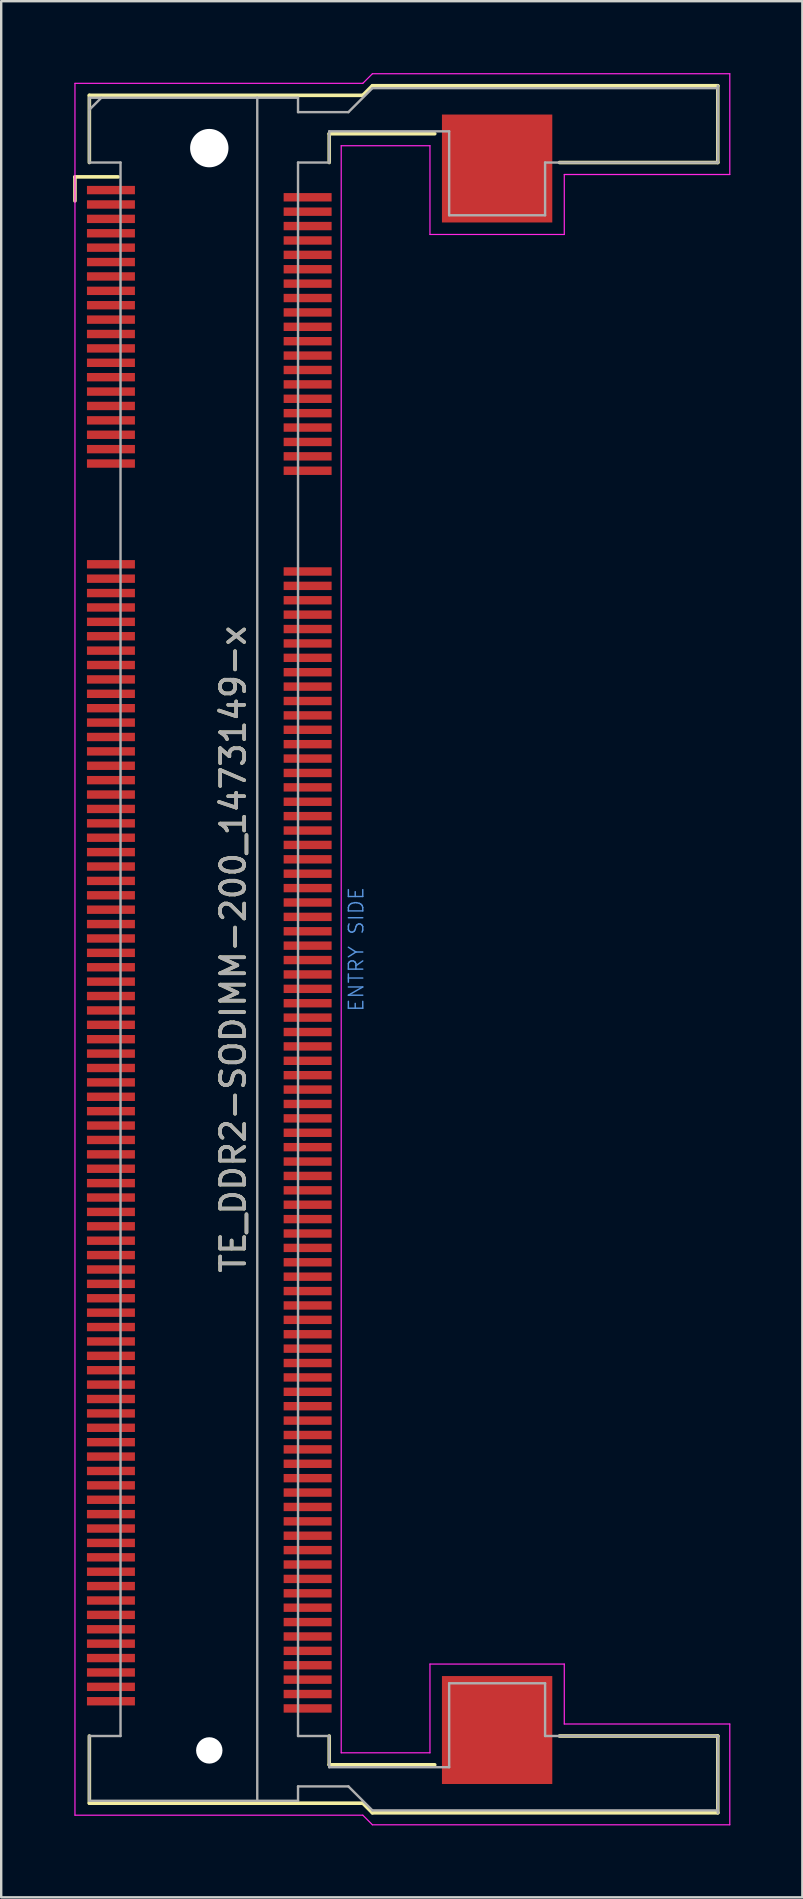
<source format=kicad_pcb>
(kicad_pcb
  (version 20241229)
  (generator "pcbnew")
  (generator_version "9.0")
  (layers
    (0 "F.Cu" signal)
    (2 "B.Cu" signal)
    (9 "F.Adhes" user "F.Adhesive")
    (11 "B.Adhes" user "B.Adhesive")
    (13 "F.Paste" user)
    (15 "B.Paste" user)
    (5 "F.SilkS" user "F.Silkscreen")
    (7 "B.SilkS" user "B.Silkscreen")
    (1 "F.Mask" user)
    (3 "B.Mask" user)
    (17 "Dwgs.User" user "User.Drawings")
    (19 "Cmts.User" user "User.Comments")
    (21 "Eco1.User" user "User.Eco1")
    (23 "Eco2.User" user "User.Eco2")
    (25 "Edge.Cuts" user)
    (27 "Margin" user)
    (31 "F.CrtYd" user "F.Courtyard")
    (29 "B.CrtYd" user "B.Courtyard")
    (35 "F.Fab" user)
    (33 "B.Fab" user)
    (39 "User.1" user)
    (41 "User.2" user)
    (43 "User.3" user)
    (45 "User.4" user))
  (footprint "TE_DDR2-SODIMM-200_1473149-x"
    (layer "F.Cu")
    (at 10.275 36.525)
    (property "Reference" "TE_DDR2-SODIMM-200_1473149-x" (at -3.6 0 90) (layer "F.SilkS") (effects (font (size 1 1) (thickness 0.15))))
    (attr smd)
    (fp_line (start -10.2 -32.2) (end -8.4 -32.2) (stroke (width 0.15) (type solid)) (layer "F.SilkS"))
    (fp_line (start -10.2 -31.2) (end -10.2 -32.2) (stroke (width 0.15) (type solid)) (layer "F.SilkS"))
    (fp_line (start -9.6 -35.6) (end 1.8 -35.6) (stroke (width 0.15) (type solid)) (layer "F.SilkS"))
    (fp_line (start -9.6 -32.8) (end -9.6 -35.6) (stroke (width 0.15) (type solid)) (layer "F.SilkS"))
    (fp_line (start -9.6 32.8) (end -9.6 35.6) (stroke (width 0.15) (type solid)) (layer "F.SilkS"))
    (fp_line (start -9.6 35.6) (end 1.8 35.6) (stroke (width 0.15) (type solid)) (layer "F.SilkS"))
    (fp_line (start 0.4 -34) (end 4.8 -34) (stroke (width 0.15) (type solid)) (layer "F.SilkS"))
    (fp_line (start 0.4 -32.8) (end 0.4 -34) (stroke (width 0.15) (type solid)) (layer "F.SilkS"))
    (fp_line (start 0.4 34) (end 0.4 32.8) (stroke (width 0.15) (type solid)) (layer "F.SilkS"))
    (fp_line (start 1.8 -35.6) (end 2.2 -36) (stroke (width 0.15) (type solid)) (layer "F.SilkS"))
    (fp_line (start 1.8 35.6) (end 2.2 36) (stroke (width 0.15) (type solid)) (layer "F.SilkS"))
    (fp_line (start 2.2 -36) (end 16.6 -36) (stroke (width 0.15) (type solid)) (layer "F.SilkS"))
    (fp_line (start 2.2 36) (end 16.6 36) (stroke (width 0.15) (type solid)) (layer "F.SilkS"))
    (fp_line (start 4.8 34) (end 0.4 34) (stroke (width 0.15) (type solid)) (layer "F.SilkS"))
    (fp_line (start 10 -32.8) (end 16.6 -32.8) (stroke (width 0.15) (type solid)) (layer "F.SilkS"))
    (fp_line (start 10 32.8) (end 16.6 32.8) (stroke (width 0.15) (type solid)) (layer "F.SilkS"))
    (fp_line (start 16.6 -36) (end 16.6 -32.8) (stroke (width 0.15) (type solid)) (layer "F.SilkS"))
    (fp_line (start 16.6 36) (end 16.6 32.8) (stroke (width 0.15) (type solid)) (layer "F.SilkS"))
    (fp_line (start -10.2 -36.1) (end -10.2 36.1) (stroke (width 0.05) (type solid)) (layer "F.CrtYd"))
    (fp_line (start -10.2 -36.1) (end 1.8 -36.1) (stroke (width 0.05) (type solid)) (layer "F.CrtYd"))
    (fp_line (start -10.2 36.1) (end 1.8 36.1) (stroke (width 0.05) (type solid)) (layer "F.CrtYd"))
    (fp_line (start 0.9 -33.5) (end 0.9 33.5) (stroke (width 0.05) (type solid)) (layer "F.CrtYd"))
    (fp_line (start 1.8 36.1) (end 2.2 36.5) (stroke (width 0.05) (type solid)) (layer "F.CrtYd"))
    (fp_line (start 2.2 -36.5) (end 1.8 -36.1) (stroke (width 0.05) (type solid)) (layer "F.CrtYd"))
    (fp_line (start 2.2 36.5) (end 17.1 36.5) (stroke (width 0.05) (type solid)) (layer "F.CrtYd"))
    (fp_line (start 4.6 -33.5) (end 0.9 -33.5) (stroke (width 0.05) (type solid)) (layer "F.CrtYd"))
    (fp_line (start 4.6 -29.8) (end 4.6 -33.5) (stroke (width 0.05) (type solid)) (layer "F.CrtYd"))
    (fp_line (start 4.6 29.8) (end 4.6 33.5) (stroke (width 0.05) (type solid)) (layer "F.CrtYd"))
    (fp_line (start 4.6 33.5) (end 0.9 33.5) (stroke (width 0.05) (type solid)) (layer "F.CrtYd"))
    (fp_line (start 10.2 -29.8) (end 4.6 -29.8) (stroke (width 0.05) (type solid)) (layer "F.CrtYd"))
    (fp_line (start 10.2 -29.8) (end 10.2 -32.3) (stroke (width 0.05) (type solid)) (layer "F.CrtYd"))
    (fp_line (start 10.2 29.8) (end 4.6 29.8) (stroke (width 0.05) (type solid)) (layer "F.CrtYd"))
    (fp_line (start 10.2 29.8) (end 10.2 32.3) (stroke (width 0.05) (type solid)) (layer "F.CrtYd"))
    (fp_line (start 17.1 -36.5) (end 2.2 -36.5) (stroke (width 0.05) (type solid)) (layer "F.CrtYd"))
    (fp_line (start 17.1 -32.3) (end 10.2 -32.3) (stroke (width 0.05) (type solid)) (layer "F.CrtYd"))
    (fp_line (start 17.1 -32.3) (end 17.1 -36.5) (stroke (width 0.05) (type solid)) (layer "F.CrtYd"))
    (fp_line (start 17.1 32.3) (end 10.2 32.3) (stroke (width 0.05) (type solid)) (layer "F.CrtYd"))
    (fp_line (start 17.1 32.3) (end 17.1 36.5) (stroke (width 0.05) (type solid)) (layer "F.CrtYd"))
    (fp_line (start -9.6 -35.5) (end -9.6 -32.8) (stroke (width 0.1) (type solid)) (layer "F.Fab"))
    (fp_line (start -9.6 -35.5) (end -2.6 -35.5) (stroke (width 0.1) (type solid)) (layer "F.Fab"))
    (fp_line (start -9.6 -35) (end -9.1 -35.5) (stroke (width 0.1) (type solid)) (layer "F.Fab"))
    (fp_line (start -9.6 -32.8) (end -8.3 -32.8) (stroke (width 0.1) (type solid)) (layer "F.Fab"))
    (fp_line (start -9.6 32.8) (end -8.3 32.8) (stroke (width 0.1) (type solid)) (layer "F.Fab"))
    (fp_line (start -9.6 35.5) (end -9.6 32.8) (stroke (width 0.1) (type solid)) (layer "F.Fab"))
    (fp_line (start -8.3 32.8) (end -8.3 -32.8) (stroke (width 0.1) (type solid)) (layer "F.Fab"))
    (fp_line (start -2.6 -35.5) (end -2.6 35.5) (stroke (width 0.1) (type solid)) (layer "F.Fab"))
    (fp_line (start -2.6 35.5) (end -9.6 35.5) (stroke (width 0.1) (type solid)) (layer "F.Fab"))
    (fp_line (start -0.9 -35.5) (end -2.6 -35.5) (stroke (width 0.1) (type solid)) (layer "F.Fab"))
    (fp_line (start -0.9 -35.5) (end -0.9 -34.9) (stroke (width 0.1) (type solid)) (layer "F.Fab"))
    (fp_line (start -0.9 -32.8) (end -0.9 32.8) (stroke (width 0.1) (type solid)) (layer "F.Fab"))
    (fp_line (start -0.9 -32.8) (end 0.4 -32.8) (stroke (width 0.1) (type solid)) (layer "F.Fab"))
    (fp_line (start -0.9 34.9) (end -0.9 35.5) (stroke (width 0.1) (type solid)) (layer "F.Fab"))
    (fp_line (start -0.9 34.9) (end 1.2 34.9) (stroke (width 0.1) (type solid)) (layer "F.Fab"))
    (fp_line (start -0.9 35.5) (end -2.6 35.5) (stroke (width 0.1) (type solid)) (layer "F.Fab"))
    (fp_line (start 0.4 -34.1) (end 5.4 -34.1) (stroke (width 0.1) (type solid)) (layer "F.Fab"))
    (fp_line (start 0.4 -32.8) (end 0.4 -34.1) (stroke (width 0.1) (type solid)) (layer "F.Fab"))
    (fp_line (start 0.4 32.8) (end -0.9 32.8) (stroke (width 0.1) (type solid)) (layer "F.Fab"))
    (fp_line (start 0.4 34.1) (end 0.4 32.8) (stroke (width 0.1) (type solid)) (layer "F.Fab"))
    (fp_line (start 0.4 34.1) (end 5.4 34.1) (stroke (width 0.1) (type solid)) (layer "F.Fab"))
    (fp_line (start 1.2 -34.9) (end -0.9 -34.9) (stroke (width 0.1) (type solid)) (layer "F.Fab"))
    (fp_line (start 1.2 -34.9) (end 2.2 -35.9) (stroke (width 0.1) (type solid)) (layer "F.Fab"))
    (fp_line (start 1.2 34.9) (end 2.2 35.9) (stroke (width 0.1) (type solid)) (layer "F.Fab"))
    (fp_line (start 2.2 -35.9) (end 16.6 -35.9) (stroke (width 0.1) (type solid)) (layer "F.Fab"))
    (fp_line (start 5.4 -34.1) (end 5.4 -30.6) (stroke (width 0.1) (type solid)) (layer "F.Fab"))
    (fp_line (start 5.4 -30.6) (end 9.4 -30.6) (stroke (width 0.1) (type solid)) (layer "F.Fab"))
    (fp_line (start 5.4 30.6) (end 9.4 30.6) (stroke (width 0.1) (type solid)) (layer "F.Fab"))
    (fp_line (start 5.4 34.1) (end 5.4 30.6) (stroke (width 0.1) (type solid)) (layer "F.Fab"))
    (fp_line (start 9.4 -32.8) (end 16.6 -32.8) (stroke (width 0.1) (type solid)) (layer "F.Fab"))
    (fp_line (start 9.4 -30.6) (end 9.4 -32.8) (stroke (width 0.1) (type solid)) (layer "F.Fab"))
    (fp_line (start 9.4 30.6) (end 9.4 32.8) (stroke (width 0.1) (type solid)) (layer "F.Fab"))
    (fp_line (start 9.4 32.8) (end 16.6 32.8) (stroke (width 0.1) (type solid)) (layer "F.Fab"))
    (fp_line (start 16.6 -32.8) (end 16.6 -36) (stroke (width 0.1) (type solid)) (layer "F.Fab"))
    (fp_line (start 16.6 35.9) (end 2.2 35.9) (stroke (width 0.1) (type solid)) (layer "F.Fab"))
    (fp_line (start 16.6 36) (end 16.6 32.8) (stroke (width 0.1) (type solid)) (layer "F.Fab"))
    (fp_text user "ENTRY SIDE" (at 1.524 0 90) (layer "Cmts.User") (effects (font (size 0.6 0.6) (thickness 0.06))))
    (fp_text user "${REFERENCE}" (at -3.6 0 90) (layer "F.Fab") (effects (font (size 1 1) (thickness 0.15))))
    (pad "" np_thru_hole circle (at -4.6 -33.4) (size 1.6 1.6) (drill 1.6) (layers "*.Cu"))
    (pad "" np_thru_hole circle (at -4.6 33.4) (size 1.1 1.1) (drill 1.1) (layers "*.Cu"))
    (pad "1" smd rect (at -8.7 -31.65) (size 2 0.35) (layers "F.Cu" "F.Mask" "F.Paste"))
    (pad "2" smd rect (at -0.5 -31.35) (size 2 0.35) (layers "F.Cu" "F.Mask" "F.Paste"))
    (pad "3" smd rect (at -8.7 -31.05) (size 2 0.35) (layers "F.Cu" "F.Mask" "F.Paste"))
    (pad "4" smd rect (at -0.5 -30.75) (size 2 0.35) (layers "F.Cu" "F.Mask" "F.Paste"))
    (pad "5" smd rect (at -8.7 -30.45) (size 2 0.35) (layers "F.Cu" "F.Mask" "F.Paste"))
    (pad "6" smd rect (at -0.5 -30.15) (size 2 0.35) (layers "F.Cu" "F.Mask" "F.Paste"))
    (pad "7" smd rect (at -8.7 -29.85) (size 2 0.35) (layers "F.Cu" "F.Mask" "F.Paste"))
    (pad "8" smd rect (at -0.5 -29.55) (size 2 0.35) (layers "F.Cu" "F.Mask" "F.Paste"))
    (pad "9" smd rect (at -8.7 -29.25) (size 2 0.35) (layers "F.Cu" "F.Mask" "F.Paste"))
    (pad "10" smd rect (at -0.5 -28.95) (size 2 0.35) (layers "F.Cu" "F.Mask" "F.Paste"))
    (pad "11" smd rect (at -8.7 -28.65) (size 2 0.35) (layers "F.Cu" "F.Mask" "F.Paste"))
    (pad "12" smd rect (at -0.5 -28.35) (size 2 0.35) (layers "F.Cu" "F.Mask" "F.Paste"))
    (pad "13" smd rect (at -8.7 -28.05) (size 2 0.35) (layers "F.Cu" "F.Mask" "F.Paste"))
    (pad "14" smd rect (at -0.5 -27.75) (size 2 0.35) (layers "F.Cu" "F.Mask" "F.Paste"))
    (pad "15" smd rect (at -8.7 -27.45) (size 2 0.35) (layers "F.Cu" "F.Mask" "F.Paste"))
    (pad "16" smd rect (at -0.5 -27.15) (size 2 0.35) (layers "F.Cu" "F.Mask" "F.Paste"))
    (pad "17" smd rect (at -8.7 -26.85) (size 2 0.35) (layers "F.Cu" "F.Mask" "F.Paste"))
    (pad "18" smd rect (at -0.5 -26.55) (size 2 0.35) (layers "F.Cu" "F.Mask" "F.Paste"))
    (pad "19" smd rect (at -8.7 -26.25) (size 2 0.35) (layers "F.Cu" "F.Mask" "F.Paste"))
    (pad "20" smd rect (at -0.5 -25.95) (size 2 0.35) (layers "F.Cu" "F.Mask" "F.Paste"))
    (pad "21" smd rect (at -8.7 -25.65) (size 2 0.35) (layers "F.Cu" "F.Mask" "F.Paste"))
    (pad "22" smd rect (at -0.5 -25.35) (size 2 0.35) (layers "F.Cu" "F.Mask" "F.Paste"))
    (pad "23" smd rect (at -8.7 -25.05) (size 2 0.35) (layers "F.Cu" "F.Mask" "F.Paste"))
    (pad "24" smd rect (at -0.5 -24.75) (size 2 0.35) (layers "F.Cu" "F.Mask" "F.Paste"))
    (pad "25" smd rect (at -8.7 -24.45) (size 2 0.35) (layers "F.Cu" "F.Mask" "F.Paste"))
    (pad "26" smd rect (at -0.5 -24.15) (size 2 0.35) (layers "F.Cu" "F.Mask" "F.Paste"))
    (pad "27" smd rect (at -8.7 -23.85) (size 2 0.35) (layers "F.Cu" "F.Mask" "F.Paste"))
    (pad "28" smd rect (at -0.5 -23.55) (size 2 0.35) (layers "F.Cu" "F.Mask" "F.Paste"))
    (pad "29" smd rect (at -8.7 -23.25) (size 2 0.35) (layers "F.Cu" "F.Mask" "F.Paste"))
    (pad "30" smd rect (at -0.5 -22.95) (size 2 0.35) (layers "F.Cu" "F.Mask" "F.Paste"))
    (pad "31" smd rect (at -8.7 -22.65) (size 2 0.35) (layers "F.Cu" "F.Mask" "F.Paste"))
    (pad "32" smd rect (at -0.5 -22.35) (size 2 0.35) (layers "F.Cu" "F.Mask" "F.Paste"))
    (pad "33" smd rect (at -8.7 -22.05) (size 2 0.35) (layers "F.Cu" "F.Mask" "F.Paste"))
    (pad "34" smd rect (at -0.5 -21.75) (size 2 0.35) (layers "F.Cu" "F.Mask" "F.Paste"))
    (pad "35" smd rect (at -8.7 -21.45) (size 2 0.35) (layers "F.Cu" "F.Mask" "F.Paste"))
    (pad "36" smd rect (at -0.5 -21.15) (size 2 0.35) (layers "F.Cu" "F.Mask" "F.Paste"))
    (pad "37" smd rect (at -8.7 -20.85) (size 2 0.35) (layers "F.Cu" "F.Mask" "F.Paste"))
    (pad "38" smd rect (at -0.5 -20.55) (size 2 0.35) (layers "F.Cu" "F.Mask" "F.Paste"))
    (pad "39" smd rect (at -8.7 -20.25) (size 2 0.35) (layers "F.Cu" "F.Mask" "F.Paste"))
    (pad "40" smd rect (at -0.5 -19.95) (size 2 0.35) (layers "F.Cu" "F.Mask" "F.Paste"))
    (pad "41" smd rect (at -8.7 -16.05) (size 2 0.35) (layers "F.Cu" "F.Mask" "F.Paste"))
    (pad "42" smd rect (at -0.5 -15.75) (size 2 0.35) (layers "F.Cu" "F.Mask" "F.Paste"))
    (pad "43" smd rect (at -8.7 -15.45) (size 2 0.35) (layers "F.Cu" "F.Mask" "F.Paste"))
    (pad "44" smd rect (at -0.5 -15.15) (size 2 0.35) (layers "F.Cu" "F.Mask" "F.Paste"))
    (pad "45" smd rect (at -8.7 -14.85) (size 2 0.35) (layers "F.Cu" "F.Mask" "F.Paste"))
    (pad "46" smd rect (at -0.5 -14.55) (size 2 0.35) (layers "F.Cu" "F.Mask" "F.Paste"))
    (pad "47" smd rect (at -8.7 -14.25) (size 2 0.35) (layers "F.Cu" "F.Mask" "F.Paste"))
    (pad "48" smd rect (at -0.5 -13.95) (size 2 0.35) (layers "F.Cu" "F.Mask" "F.Paste"))
    (pad "49" smd rect (at -8.7 -13.65) (size 2 0.35) (layers "F.Cu" "F.Mask" "F.Paste"))
    (pad "50" smd rect (at -0.5 -13.35) (size 2 0.35) (layers "F.Cu" "F.Mask" "F.Paste"))
    (pad "51" smd rect (at -8.7 -13.05) (size 2 0.35) (layers "F.Cu" "F.Mask" "F.Paste"))
    (pad "52" smd rect (at -0.5 -12.75) (size 2 0.35) (layers "F.Cu" "F.Mask" "F.Paste"))
    (pad "53" smd rect (at -8.7 -12.45) (size 2 0.35) (layers "F.Cu" "F.Mask" "F.Paste"))
    (pad "54" smd rect (at -0.5 -12.15) (size 2 0.35) (layers "F.Cu" "F.Mask" "F.Paste"))
    (pad "55" smd rect (at -8.7 -11.85) (size 2 0.35) (layers "F.Cu" "F.Mask" "F.Paste"))
    (pad "56" smd rect (at -0.5 -11.55) (size 2 0.35) (layers "F.Cu" "F.Mask" "F.Paste"))
    (pad "57" smd rect (at -8.7 -11.25) (size 2 0.35) (layers "F.Cu" "F.Mask" "F.Paste"))
    (pad "58" smd rect (at -0.5 -10.95) (size 2 0.35) (layers "F.Cu" "F.Mask" "F.Paste"))
    (pad "59" smd rect (at -8.7 -10.65) (size 2 0.35) (layers "F.Cu" "F.Mask" "F.Paste"))
    (pad "60" smd rect (at -0.5 -10.35) (size 2 0.35) (layers "F.Cu" "F.Mask" "F.Paste"))
    (pad "61" smd rect (at -8.7 -10.05) (size 2 0.35) (layers "F.Cu" "F.Mask" "F.Paste"))
    (pad "62" smd rect (at -0.5 -9.75) (size 2 0.35) (layers "F.Cu" "F.Mask" "F.Paste"))
    (pad "63" smd rect (at -8.7 -9.45) (size 2 0.35) (layers "F.Cu" "F.Mask" "F.Paste"))
    (pad "64" smd rect (at -0.5 -9.15) (size 2 0.35) (layers "F.Cu" "F.Mask" "F.Paste"))
    (pad "65" smd rect (at -8.7 -8.85) (size 2 0.35) (layers "F.Cu" "F.Mask" "F.Paste"))
    (pad "66" smd rect (at -0.5 -8.55) (size 2 0.35) (layers "F.Cu" "F.Mask" "F.Paste"))
    (pad "67" smd rect (at -8.7 -8.25) (size 2 0.35) (layers "F.Cu" "F.Mask" "F.Paste"))
    (pad "68" smd rect (at -0.5 -7.95) (size 2 0.35) (layers "F.Cu" "F.Mask" "F.Paste"))
    (pad "69" smd rect (at -8.7 -7.65) (size 2 0.35) (layers "F.Cu" "F.Mask" "F.Paste"))
    (pad "70" smd rect (at -0.5 -7.35) (size 2 0.35) (layers "F.Cu" "F.Mask" "F.Paste"))
    (pad "71" smd rect (at -8.7 -7.05) (size 2 0.35) (layers "F.Cu" "F.Mask" "F.Paste"))
    (pad "72" smd rect (at -0.5 -6.75) (size 2 0.35) (layers "F.Cu" "F.Mask" "F.Paste"))
    (pad "73" smd rect (at -8.7 -6.45) (size 2 0.35) (layers "F.Cu" "F.Mask" "F.Paste"))
    (pad "74" smd rect (at -0.5 -6.15) (size 2 0.35) (layers "F.Cu" "F.Mask" "F.Paste"))
    (pad "75" smd rect (at -8.7 -5.85) (size 2 0.35) (layers "F.Cu" "F.Mask" "F.Paste"))
    (pad "76" smd rect (at -0.5 -5.55) (size 2 0.35) (layers "F.Cu" "F.Mask" "F.Paste"))
    (pad "77" smd rect (at -8.7 -5.25) (size 2 0.35) (layers "F.Cu" "F.Mask" "F.Paste"))
    (pad "78" smd rect (at -0.5 -4.95) (size 2 0.35) (layers "F.Cu" "F.Mask" "F.Paste"))
    (pad "79" smd rect (at -8.7 -4.65) (size 2 0.35) (layers "F.Cu" "F.Mask" "F.Paste"))
    (pad "80" smd rect (at -0.5 -4.35) (size 2 0.35) (layers "F.Cu" "F.Mask" "F.Paste"))
    (pad "81" smd rect (at -8.7 -4.05) (size 2 0.35) (layers "F.Cu" "F.Mask" "F.Paste"))
    (pad "82" smd rect (at -0.5 -3.75) (size 2 0.35) (layers "F.Cu" "F.Mask" "F.Paste"))
    (pad "83" smd rect (at -8.7 -3.45) (size 2 0.35) (layers "F.Cu" "F.Mask" "F.Paste"))
    (pad "84" smd rect (at -0.5 -3.15) (size 2 0.35) (layers "F.Cu" "F.Mask" "F.Paste"))
    (pad "85" smd rect (at -8.7 -2.85) (size 2 0.35) (layers "F.Cu" "F.Mask" "F.Paste"))
    (pad "86" smd rect (at -0.5 -2.55) (size 2 0.35) (layers "F.Cu" "F.Mask" "F.Paste"))
    (pad "87" smd rect (at -8.7 -2.25) (size 2 0.35) (layers "F.Cu" "F.Mask" "F.Paste"))
    (pad "88" smd rect (at -0.5 -1.95) (size 2 0.35) (layers "F.Cu" "F.Mask" "F.Paste"))
    (pad "89" smd rect (at -8.7 -1.65) (size 2 0.35) (layers "F.Cu" "F.Mask" "F.Paste"))
    (pad "90" smd rect (at -0.5 -1.35) (size 2 0.35) (layers "F.Cu" "F.Mask" "F.Paste"))
    (pad "91" smd rect (at -8.7 -1.05) (size 2 0.35) (layers "F.Cu" "F.Mask" "F.Paste"))
    (pad "92" smd rect (at -0.5 -0.75) (size 2 0.35) (layers "F.Cu" "F.Mask" "F.Paste"))
    (pad "93" smd rect (at -8.7 -0.45) (size 2 0.35) (layers "F.Cu" "F.Mask" "F.Paste"))
    (pad "94" smd rect (at -0.5 -0.15) (size 2 0.35) (layers "F.Cu" "F.Mask" "F.Paste"))
    (pad "95" smd rect (at -8.7 0.15) (size 2 0.35) (layers "F.Cu" "F.Mask" "F.Paste"))
    (pad "96" smd rect (at -0.5 0.45) (size 2 0.35) (layers "F.Cu" "F.Mask" "F.Paste"))
    (pad "97" smd rect (at -8.7 0.75) (size 2 0.35) (layers "F.Cu" "F.Mask" "F.Paste"))
    (pad "98" smd rect (at -0.5 1.05) (size 2 0.35) (layers "F.Cu" "F.Mask" "F.Paste"))
    (pad "99" smd rect (at -8.7 1.35) (size 2 0.35) (layers "F.Cu" "F.Mask" "F.Paste"))
    (pad "100" smd rect (at -0.5 1.65) (size 2 0.35) (layers "F.Cu" "F.Mask" "F.Paste"))
    (pad "101" smd rect (at -8.7 1.95) (size 2 0.35) (layers "F.Cu" "F.Mask" "F.Paste"))
    (pad "102" smd rect (at -0.5 2.25) (size 2 0.35) (layers "F.Cu" "F.Mask" "F.Paste"))
    (pad "103" smd rect (at -8.7 2.55) (size 2 0.35) (layers "F.Cu" "F.Mask" "F.Paste"))
    (pad "104" smd rect (at -0.5 2.85) (size 2 0.35) (layers "F.Cu" "F.Mask" "F.Paste"))
    (pad "105" smd rect (at -8.7 3.15) (size 2 0.35) (layers "F.Cu" "F.Mask" "F.Paste"))
    (pad "106" smd rect (at -0.5 3.45) (size 2 0.35) (layers "F.Cu" "F.Mask" "F.Paste"))
    (pad "107" smd rect (at -8.7 3.75) (size 2 0.35) (layers "F.Cu" "F.Mask" "F.Paste"))
    (pad "108" smd rect (at -0.5 4.05) (size 2 0.35) (layers "F.Cu" "F.Mask" "F.Paste"))
    (pad "109" smd rect (at -8.7 4.35) (size 2 0.35) (layers "F.Cu" "F.Mask" "F.Paste"))
    (pad "110" smd rect (at -0.5 4.65) (size 2 0.35) (layers "F.Cu" "F.Mask" "F.Paste"))
    (pad "111" smd rect (at -8.7 4.95) (size 2 0.35) (layers "F.Cu" "F.Mask" "F.Paste"))
    (pad "112" smd rect (at -0.5 5.25) (size 2 0.35) (layers "F.Cu" "F.Mask" "F.Paste"))
    (pad "113" smd rect (at -8.7 5.55) (size 2 0.35) (layers "F.Cu" "F.Mask" "F.Paste"))
    (pad "114" smd rect (at -0.5 5.85) (size 2 0.35) (layers "F.Cu" "F.Mask" "F.Paste"))
    (pad "115" smd rect (at -8.7 6.15) (size 2 0.35) (layers "F.Cu" "F.Mask" "F.Paste"))
    (pad "116" smd rect (at -0.5 6.45) (size 2 0.35) (layers "F.Cu" "F.Mask" "F.Paste"))
    (pad "117" smd rect (at -8.7 6.75) (size 2 0.35) (layers "F.Cu" "F.Mask" "F.Paste"))
    (pad "118" smd rect (at -0.5 7.05) (size 2 0.35) (layers "F.Cu" "F.Mask" "F.Paste"))
    (pad "119" smd rect (at -8.7 7.35) (size 2 0.35) (layers "F.Cu" "F.Mask" "F.Paste"))
    (pad "120" smd rect (at -0.5 7.65) (size 2 0.35) (layers "F.Cu" "F.Mask" "F.Paste"))
    (pad "121" smd rect (at -8.7 7.95) (size 2 0.35) (layers "F.Cu" "F.Mask" "F.Paste"))
    (pad "122" smd rect (at -0.5 8.25) (size 2 0.35) (layers "F.Cu" "F.Mask" "F.Paste"))
    (pad "123" smd rect (at -8.7 8.55) (size 2 0.35) (layers "F.Cu" "F.Mask" "F.Paste"))
    (pad "124" smd rect (at -0.5 8.85) (size 2 0.35) (layers "F.Cu" "F.Mask" "F.Paste"))
    (pad "125" smd rect (at -8.7 9.15) (size 2 0.35) (layers "F.Cu" "F.Mask" "F.Paste"))
    (pad "126" smd rect (at -0.5 9.45) (size 2 0.35) (layers "F.Cu" "F.Mask" "F.Paste"))
    (pad "127" smd rect (at -8.7 9.75) (size 2 0.35) (layers "F.Cu" "F.Mask" "F.Paste"))
    (pad "128" smd rect (at -0.5 10.05) (size 2 0.35) (layers "F.Cu" "F.Mask" "F.Paste"))
    (pad "129" smd rect (at -8.7 10.35) (size 2 0.35) (layers "F.Cu" "F.Mask" "F.Paste"))
    (pad "130" smd rect (at -0.5 10.65) (size 2 0.35) (layers "F.Cu" "F.Mask" "F.Paste"))
    (pad "131" smd rect (at -8.7 10.95) (size 2 0.35) (layers "F.Cu" "F.Mask" "F.Paste"))
    (pad "132" smd rect (at -0.5 11.25) (size 2 0.35) (layers "F.Cu" "F.Mask" "F.Paste"))
    (pad "133" smd rect (at -8.7 11.55) (size 2 0.35) (layers "F.Cu" "F.Mask" "F.Paste"))
    (pad "134" smd rect (at -0.5 11.85) (size 2 0.35) (layers "F.Cu" "F.Mask" "F.Paste"))
    (pad "135" smd rect (at -8.7 12.15) (size 2 0.35) (layers "F.Cu" "F.Mask" "F.Paste"))
    (pad "136" smd rect (at -0.5 12.45) (size 2 0.35) (layers "F.Cu" "F.Mask" "F.Paste"))
    (pad "137" smd rect (at -8.7 12.75) (size 2 0.35) (layers "F.Cu" "F.Mask" "F.Paste"))
    (pad "138" smd rect (at -0.5 13.05) (size 2 0.35) (layers "F.Cu" "F.Mask" "F.Paste"))
    (pad "139" smd rect (at -8.7 13.35) (size 2 0.35) (layers "F.Cu" "F.Mask" "F.Paste"))
    (pad "140" smd rect (at -0.5 13.65) (size 2 0.35) (layers "F.Cu" "F.Mask" "F.Paste"))
    (pad "141" smd rect (at -8.7 13.95) (size 2 0.35) (layers "F.Cu" "F.Mask" "F.Paste"))
    (pad "142" smd rect (at -0.5 14.25) (size 2 0.35) (layers "F.Cu" "F.Mask" "F.Paste"))
    (pad "143" smd rect (at -8.7 14.55) (size 2 0.35) (layers "F.Cu" "F.Mask" "F.Paste"))
    (pad "144" smd rect (at -0.5 14.85) (size 2 0.35) (layers "F.Cu" "F.Mask" "F.Paste"))
    (pad "145" smd rect (at -8.7 15.15) (size 2 0.35) (layers "F.Cu" "F.Mask" "F.Paste"))
    (pad "146" smd rect (at -0.5 15.45) (size 2 0.35) (layers "F.Cu" "F.Mask" "F.Paste"))
    (pad "147" smd rect (at -8.7 15.75) (size 2 0.35) (layers "F.Cu" "F.Mask" "F.Paste"))
    (pad "148" smd rect (at -0.5 16.05) (size 2 0.35) (layers "F.Cu" "F.Mask" "F.Paste"))
    (pad "149" smd rect (at -8.7 16.35) (size 2 0.35) (layers "F.Cu" "F.Mask" "F.Paste"))
    (pad "150" smd rect (at -0.5 16.65) (size 2 0.35) (layers "F.Cu" "F.Mask" "F.Paste"))
    (pad "151" smd rect (at -8.7 16.95) (size 2 0.35) (layers "F.Cu" "F.Mask" "F.Paste"))
    (pad "152" smd rect (at -0.5 17.25) (size 2 0.35) (layers "F.Cu" "F.Mask" "F.Paste"))
    (pad "153" smd rect (at -8.7 17.55) (size 2 0.35) (layers "F.Cu" "F.Mask" "F.Paste"))
    (pad "154" smd rect (at -0.5 17.85) (size 2 0.35) (layers "F.Cu" "F.Mask" "F.Paste"))
    (pad "155" smd rect (at -8.7 18.15) (size 2 0.35) (layers "F.Cu" "F.Mask" "F.Paste"))
    (pad "156" smd rect (at -0.5 18.45) (size 2 0.35) (layers "F.Cu" "F.Mask" "F.Paste"))
    (pad "157" smd rect (at -8.7 18.75) (size 2 0.35) (layers "F.Cu" "F.Mask" "F.Paste"))
    (pad "158" smd rect (at -0.5 19.05) (size 2 0.35) (layers "F.Cu" "F.Mask" "F.Paste"))
    (pad "159" smd rect (at -8.7 19.35) (size 2 0.35) (layers "F.Cu" "F.Mask" "F.Paste"))
    (pad "160" smd rect (at -0.5 19.65) (size 2 0.35) (layers "F.Cu" "F.Mask" "F.Paste"))
    (pad "161" smd rect (at -8.7 19.95) (size 2 0.35) (layers "F.Cu" "F.Mask" "F.Paste"))
    (pad "162" smd rect (at -0.5 20.25) (size 2 0.35) (layers "F.Cu" "F.Mask" "F.Paste"))
    (pad "163" smd rect (at -8.7 20.55) (size 2 0.35) (layers "F.Cu" "F.Mask" "F.Paste"))
    (pad "164" smd rect (at -0.5 20.85) (size 2 0.35) (layers "F.Cu" "F.Mask" "F.Paste"))
    (pad "165" smd rect (at -8.7 21.15) (size 2 0.35) (layers "F.Cu" "F.Mask" "F.Paste"))
    (pad "166" smd rect (at -0.5 21.45) (size 2 0.35) (layers "F.Cu" "F.Mask" "F.Paste"))
    (pad "167" smd rect (at -8.7 21.75) (size 2 0.35) (layers "F.Cu" "F.Mask" "F.Paste"))
    (pad "168" smd rect (at -0.5 22.05) (size 2 0.35) (layers "F.Cu" "F.Mask" "F.Paste"))
    (pad "169" smd rect (at -8.7 22.35) (size 2 0.35) (layers "F.Cu" "F.Mask" "F.Paste"))
    (pad "170" smd rect (at -0.5 22.65) (size 2 0.35) (layers "F.Cu" "F.Mask" "F.Paste"))
    (pad "171" smd rect (at -8.7 22.95) (size 2 0.35) (layers "F.Cu" "F.Mask" "F.Paste"))
    (pad "172" smd rect (at -0.5 23.25) (size 2 0.35) (layers "F.Cu" "F.Mask" "F.Paste"))
    (pad "173" smd rect (at -8.7 23.55) (size 2 0.35) (layers "F.Cu" "F.Mask" "F.Paste"))
    (pad "174" smd rect (at -0.5 23.85) (size 2 0.35) (layers "F.Cu" "F.Mask" "F.Paste"))
    (pad "175" smd rect (at -8.7 24.15) (size 2 0.35) (layers "F.Cu" "F.Mask" "F.Paste"))
    (pad "176" smd rect (at -0.5 24.45) (size 2 0.35) (layers "F.Cu" "F.Mask" "F.Paste"))
    (pad "177" smd rect (at -8.7 24.75) (size 2 0.35) (layers "F.Cu" "F.Mask" "F.Paste"))
    (pad "178" smd rect (at -0.5 25.05) (size 2 0.35) (layers "F.Cu" "F.Mask" "F.Paste"))
    (pad "179" smd rect (at -8.7 25.35) (size 2 0.35) (layers "F.Cu" "F.Mask" "F.Paste"))
    (pad "180" smd rect (at -0.5 25.65) (size 2 0.35) (layers "F.Cu" "F.Mask" "F.Paste"))
    (pad "181" smd rect (at -8.7 25.95) (size 2 0.35) (layers "F.Cu" "F.Mask" "F.Paste"))
    (pad "182" smd rect (at -0.5 26.25) (size 2 0.35) (layers "F.Cu" "F.Mask" "F.Paste"))
    (pad "183" smd rect (at -8.7 26.55) (size 2 0.35) (layers "F.Cu" "F.Mask" "F.Paste"))
    (pad "184" smd rect (at -0.5 26.85) (size 2 0.35) (layers "F.Cu" "F.Mask" "F.Paste"))
    (pad "185" smd rect (at -8.7 27.15) (size 2 0.35) (layers "F.Cu" "F.Mask" "F.Paste"))
    (pad "186" smd rect (at -0.5 27.45) (size 2 0.35) (layers "F.Cu" "F.Mask" "F.Paste"))
    (pad "187" smd rect (at -8.7 27.75) (size 2 0.35) (layers "F.Cu" "F.Mask" "F.Paste"))
    (pad "188" smd rect (at -0.5 28.05) (size 2 0.35) (layers "F.Cu" "F.Mask" "F.Paste"))
    (pad "189" smd rect (at -8.7 28.35) (size 2 0.35) (layers "F.Cu" "F.Mask" "F.Paste"))
    (pad "190" smd rect (at -0.5 28.65) (size 2 0.35) (layers "F.Cu" "F.Mask" "F.Paste"))
    (pad "191" smd rect (at -8.7 28.95) (size 2 0.35) (layers "F.Cu" "F.Mask" "F.Paste"))
    (pad "192" smd rect (at -0.5 29.25) (size 2 0.35) (layers "F.Cu" "F.Mask" "F.Paste"))
    (pad "193" smd rect (at -8.7 29.55) (size 2 0.35) (layers "F.Cu" "F.Mask" "F.Paste"))
    (pad "194" smd rect (at -0.5 29.85) (size 2 0.35) (layers "F.Cu" "F.Mask" "F.Paste"))
    (pad "195" smd rect (at -8.7 30.15) (size 2 0.35) (layers "F.Cu" "F.Mask" "F.Paste"))
    (pad "196" smd rect (at -0.5 30.45) (size 2 0.35) (layers "F.Cu" "F.Mask" "F.Paste"))
    (pad "197" smd rect (at -8.7 30.75) (size 2 0.35) (layers "F.Cu" "F.Mask" "F.Paste"))
    (pad "198" smd rect (at -0.5 31.05) (size 2 0.35) (layers "F.Cu" "F.Mask" "F.Paste"))
    (pad "199" smd rect (at -8.7 31.35) (size 2 0.35) (layers "F.Cu" "F.Mask" "F.Paste"))
    (pad "200" smd rect (at -0.5 31.65) (size 2 0.35) (layers "F.Cu" "F.Mask" "F.Paste"))
    (pad "SH1" smd rect (at 7.4 -32.55) (size 4.6 4.5) (layers "F.Cu" "F.Mask" "F.Paste"))
    (pad "SH2" smd rect (at 7.4 32.55) (size 4.6 4.5) (layers "F.Cu" "F.Mask" "F.Paste")))
  (gr_rect
    (start -3 -3)
    (end 30.4 76.05)
    (stroke (width 0.1) (type default))
    (fill no)
    (layer "Edge.Cuts")))
</source>
